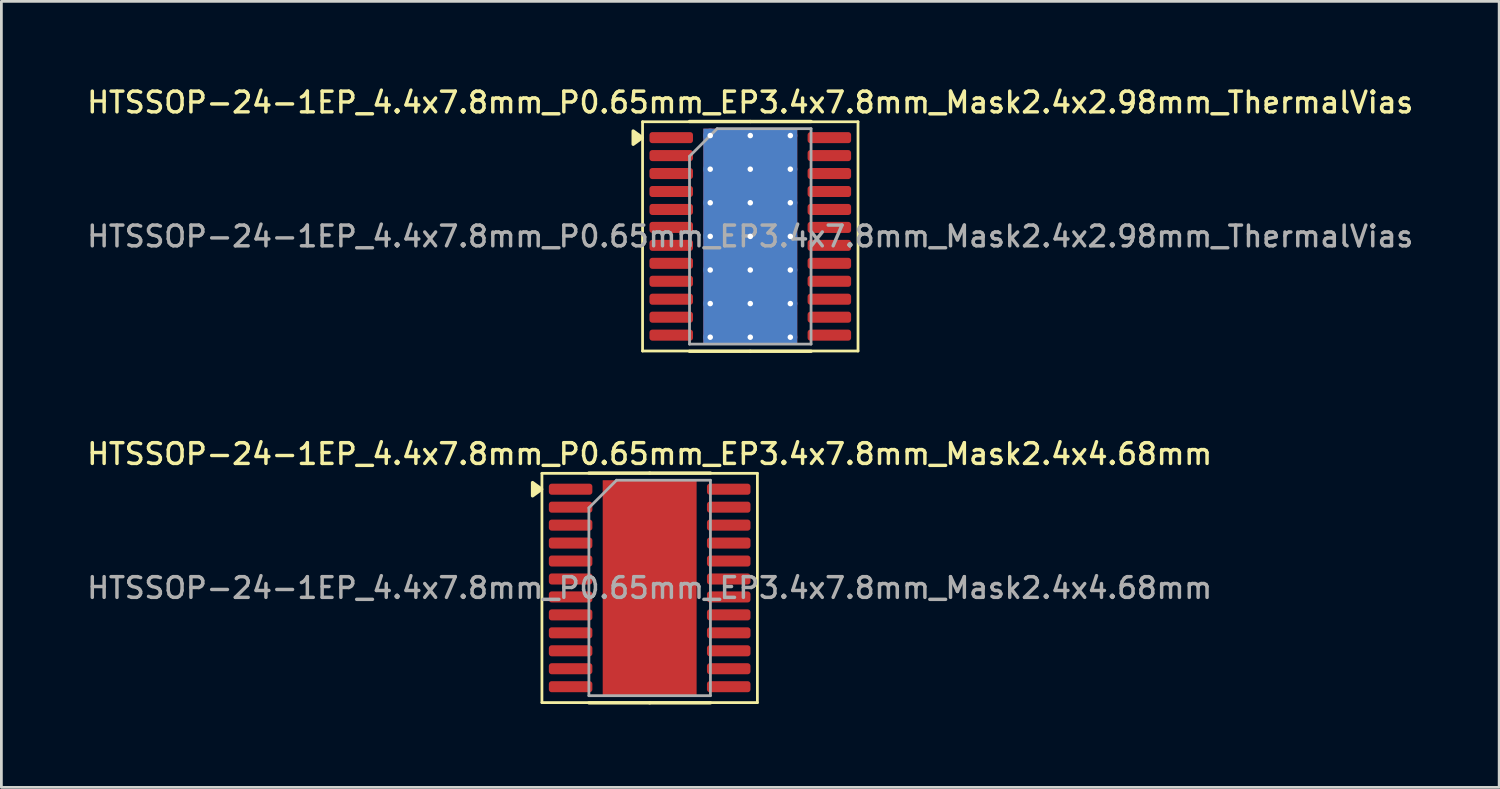
<source format=kicad_pcb>
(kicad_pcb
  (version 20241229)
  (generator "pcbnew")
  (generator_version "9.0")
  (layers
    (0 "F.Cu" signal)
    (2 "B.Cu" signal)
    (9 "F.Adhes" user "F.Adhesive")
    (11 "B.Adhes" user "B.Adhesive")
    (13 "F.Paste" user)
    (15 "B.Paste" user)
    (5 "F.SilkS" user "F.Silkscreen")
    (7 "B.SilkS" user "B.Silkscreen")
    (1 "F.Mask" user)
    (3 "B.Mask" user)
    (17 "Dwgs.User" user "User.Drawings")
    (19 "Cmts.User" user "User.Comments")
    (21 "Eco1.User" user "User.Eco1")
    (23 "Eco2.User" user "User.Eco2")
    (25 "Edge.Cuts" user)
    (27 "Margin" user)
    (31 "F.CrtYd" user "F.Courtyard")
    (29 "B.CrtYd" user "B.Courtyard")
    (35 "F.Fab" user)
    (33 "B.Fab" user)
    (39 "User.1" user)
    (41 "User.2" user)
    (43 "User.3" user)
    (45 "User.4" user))
  (footprint "HTSSOP-24-1EP_4.4x7.8mm_P0.65mm_EP3.4x7.8mm_Mask2.4x2.98mm_ThermalVias"
    (layer "F.Cu")
    (at 24.113 5.508)
    (property "Reference" "HTSSOP-24-1EP_4.4x7.8mm_P0.65mm_EP3.4x7.8mm_Mask2.4x2.98mm_ThermalVias" (at 0 -4.85 0) (layer "F.SilkS") (effects (font (size 0.75 0.75) (thickness 0.125))))
    (attr smd)
    (fp_line (start -3.9 -4.15) (end -3.9 4.15) (stroke (width 0.1) (type solid)) (layer "F.SilkS"))
    (fp_line (start -3.9 4.15) (end 3.9 4.15) (stroke (width 0.1) (type solid)) (layer "F.SilkS"))
    (fp_line (start 0 -4.16) (end -2.2 -4.16) (stroke (width 0.12) (type solid)) (layer "F.SilkS"))
    (fp_line (start 0 -4.16) (end 2.2 -4.16) (stroke (width 0.12) (type solid)) (layer "F.SilkS"))
    (fp_line (start 0 4.16) (end -2.2 4.16) (stroke (width 0.12) (type solid)) (layer "F.SilkS"))
    (fp_line (start 0 4.16) (end 2.2 4.16) (stroke (width 0.12) (type solid)) (layer "F.SilkS"))
    (fp_line (start 3.9 -4.15) (end -3.9 -4.15) (stroke (width 0.1) (type solid)) (layer "F.SilkS"))
    (fp_line (start 3.9 4.15) (end 3.9 -4.15) (stroke (width 0.1) (type solid)) (layer "F.SilkS"))
    (fp_poly (pts (xy -3.91 -3.575) (xy -4.24 -3.815) (xy -4.24 -3.335) (xy -3.91 -3.575)) (stroke (width 0.12) (type solid)) (fill yes) (layer "F.SilkS"))
    (fp_line (start -2.2 -2.9) (end -1.2 -3.9) (stroke (width 0.1) (type solid)) (layer "F.Fab"))
    (fp_line (start -2.2 3.9) (end -2.2 -2.9) (stroke (width 0.1) (type solid)) (layer "F.Fab"))
    (fp_line (start -1.2 -3.9) (end 2.2 -3.9) (stroke (width 0.1) (type solid)) (layer "F.Fab"))
    (fp_line (start 2.2 -3.9) (end 2.2 3.9) (stroke (width 0.1) (type solid)) (layer "F.Fab"))
    (fp_line (start 2.2 3.9) (end -2.2 3.9) (stroke (width 0.1) (type solid)) (layer "F.Fab"))
    (fp_text user "${REFERENCE}" (at 0 0 0) (layer "F.Fab") (effects (font (size 0.75 0.75) (thickness 0.125))))
    (pad "" smd roundrect (at 0 0) (size 1.93 2.4) (layers "F.Paste") (roundrect_rratio 0.13))
    (pad "" smd rect (at 0 0) (size 2.4 2.98) (layers "F.Mask"))
    (pad "1" smd roundrect (at -2.862 -3.575) (size 1.575 0.4) (layers "F.Cu" "F.Mask" "F.Paste") (roundrect_rratio 0.25))
    (pad "2" smd roundrect (at -2.862 -2.925) (size 1.575 0.4) (layers "F.Cu" "F.Mask" "F.Paste") (roundrect_rratio 0.25))
    (pad "3" smd roundrect (at -2.862 -2.275) (size 1.575 0.4) (layers "F.Cu" "F.Mask" "F.Paste") (roundrect_rratio 0.25))
    (pad "4" smd roundrect (at -2.862 -1.625) (size 1.575 0.4) (layers "F.Cu" "F.Mask" "F.Paste") (roundrect_rratio 0.25))
    (pad "5" smd roundrect (at -2.862 -0.975) (size 1.575 0.4) (layers "F.Cu" "F.Mask" "F.Paste") (roundrect_rratio 0.25))
    (pad "6" smd roundrect (at -2.862 -0.325) (size 1.575 0.4) (layers "F.Cu" "F.Mask" "F.Paste") (roundrect_rratio 0.25))
    (pad "7" smd roundrect (at -2.862 0.325) (size 1.575 0.4) (layers "F.Cu" "F.Mask" "F.Paste") (roundrect_rratio 0.25))
    (pad "8" smd roundrect (at -2.862 0.975) (size 1.575 0.4) (layers "F.Cu" "F.Mask" "F.Paste") (roundrect_rratio 0.25))
    (pad "9" smd roundrect (at -2.862 1.625) (size 1.575 0.4) (layers "F.Cu" "F.Mask" "F.Paste") (roundrect_rratio 0.25))
    (pad "10" smd roundrect (at -2.862 2.275) (size 1.575 0.4) (layers "F.Cu" "F.Mask" "F.Paste") (roundrect_rratio 0.25))
    (pad "11" smd roundrect (at -2.862 2.925) (size 1.575 0.4) (layers "F.Cu" "F.Mask" "F.Paste") (roundrect_rratio 0.25))
    (pad "12" smd roundrect (at -2.862 3.575) (size 1.575 0.4) (layers "F.Cu" "F.Mask" "F.Paste") (roundrect_rratio 0.25))
    (pad "13" smd roundrect (at 2.862 3.575) (size 1.575 0.4) (layers "F.Cu" "F.Mask" "F.Paste") (roundrect_rratio 0.25))
    (pad "14" smd roundrect (at 2.862 2.925) (size 1.575 0.4) (layers "F.Cu" "F.Mask" "F.Paste") (roundrect_rratio 0.25))
    (pad "15" smd roundrect (at 2.862 2.275) (size 1.575 0.4) (layers "F.Cu" "F.Mask" "F.Paste") (roundrect_rratio 0.25))
    (pad "16" smd roundrect (at 2.862 1.625) (size 1.575 0.4) (layers "F.Cu" "F.Mask" "F.Paste") (roundrect_rratio 0.25))
    (pad "17" smd roundrect (at 2.862 0.975) (size 1.575 0.4) (layers "F.Cu" "F.Mask" "F.Paste") (roundrect_rratio 0.25))
    (pad "18" smd roundrect (at 2.862 0.325) (size 1.575 0.4) (layers "F.Cu" "F.Mask" "F.Paste") (roundrect_rratio 0.25))
    (pad "19" smd roundrect (at 2.862 -0.325) (size 1.575 0.4) (layers "F.Cu" "F.Mask" "F.Paste") (roundrect_rratio 0.25))
    (pad "20" smd roundrect (at 2.862 -0.975) (size 1.575 0.4) (layers "F.Cu" "F.Mask" "F.Paste") (roundrect_rratio 0.25))
    (pad "21" smd roundrect (at 2.862 -1.625) (size 1.575 0.4) (layers "F.Cu" "F.Mask" "F.Paste") (roundrect_rratio 0.25))
    (pad "22" smd roundrect (at 2.862 -2.275) (size 1.575 0.4) (layers "F.Cu" "F.Mask" "F.Paste") (roundrect_rratio 0.25))
    (pad "23" smd roundrect (at 2.862 -2.925) (size 1.575 0.4) (layers "F.Cu" "F.Mask" "F.Paste") (roundrect_rratio 0.25))
    (pad "24" smd roundrect (at 2.862 -3.575) (size 1.575 0.4) (layers "F.Cu" "F.Mask" "F.Paste") (roundrect_rratio 0.25))
    (pad "25" thru_hole circle (at -1.45 -3.65) (size 0.5 0.5) (drill 0.2) (property pad_prop_heatsink) (layers "*.Cu"))
    (pad "25" thru_hole circle (at -1.45 -2.433) (size 0.5 0.5) (drill 0.2) (property pad_prop_heatsink) (layers "*.Cu"))
    (pad "25" thru_hole circle (at -1.45 -1.217) (size 0.5 0.5) (drill 0.2) (property pad_prop_heatsink) (layers "*.Cu"))
    (pad "25" thru_hole circle (at -1.45 0) (size 0.5 0.5) (drill 0.2) (property pad_prop_heatsink) (layers "*.Cu"))
    (pad "25" thru_hole circle (at -1.45 1.217) (size 0.5 0.5) (drill 0.2) (property pad_prop_heatsink) (layers "*.Cu"))
    (pad "25" thru_hole circle (at -1.45 2.433) (size 0.5 0.5) (drill 0.2) (property pad_prop_heatsink) (layers "*.Cu"))
    (pad "25" thru_hole circle (at -1.45 3.65) (size 0.5 0.5) (drill 0.2) (property pad_prop_heatsink) (layers "*.Cu"))
    (pad "25" thru_hole circle (at 0 -3.65) (size 0.5 0.5) (drill 0.2) (property pad_prop_heatsink) (layers "*.Cu"))
    (pad "25" thru_hole circle (at 0 -2.433) (size 0.5 0.5) (drill 0.2) (property pad_prop_heatsink) (layers "*.Cu"))
    (pad "25" thru_hole circle (at 0 -1.217) (size 0.5 0.5) (drill 0.2) (property pad_prop_heatsink) (layers "*.Cu"))
    (pad "25" thru_hole circle (at 0 0) (size 0.5 0.5) (drill 0.2) (property pad_prop_heatsink) (layers "*.Cu"))
    (pad "25" smd rect (at 0 0) (size 3.4 7.8) (property pad_prop_heatsink) (layers "F.Cu"))
    (pad "25" smd rect (at 0 0) (size 3.4 7.8) (property pad_prop_heatsink) (layers "B.Cu"))
    (pad "25" thru_hole circle (at 0 1.217) (size 0.5 0.5) (drill 0.2) (property pad_prop_heatsink) (layers "*.Cu"))
    (pad "25" thru_hole circle (at 0 2.433) (size 0.5 0.5) (drill 0.2) (property pad_prop_heatsink) (layers "*.Cu"))
    (pad "25" thru_hole circle (at 0 3.65) (size 0.5 0.5) (drill 0.2) (property pad_prop_heatsink) (layers "*.Cu"))
    (pad "25" thru_hole circle (at 1.45 -3.65) (size 0.5 0.5) (drill 0.2) (property pad_prop_heatsink) (layers "*.Cu"))
    (pad "25" thru_hole circle (at 1.45 -2.433) (size 0.5 0.5) (drill 0.2) (property pad_prop_heatsink) (layers "*.Cu"))
    (pad "25" thru_hole circle (at 1.45 -1.217) (size 0.5 0.5) (drill 0.2) (property pad_prop_heatsink) (layers "*.Cu"))
    (pad "25" thru_hole circle (at 1.45 0) (size 0.5 0.5) (drill 0.2) (property pad_prop_heatsink) (layers "*.Cu"))
    (pad "25" thru_hole circle (at 1.45 1.217) (size 0.5 0.5) (drill 0.2) (property pad_prop_heatsink) (layers "*.Cu"))
    (pad "25" thru_hole circle (at 1.45 2.433) (size 0.5 0.5) (drill 0.2) (property pad_prop_heatsink) (layers "*.Cu"))
    (pad "25" thru_hole circle (at 1.45 3.65) (size 0.5 0.5) (drill 0.2) (property pad_prop_heatsink) (layers "*.Cu")))
  (footprint "HTSSOP-24-1EP_4.4x7.8mm_P0.65mm_EP3.4x7.8mm_Mask2.4x4.68mm"
    (layer "F.Cu")
    (at 20.47 18.236)
    (property "Reference" "HTSSOP-24-1EP_4.4x7.8mm_P0.65mm_EP3.4x7.8mm_Mask2.4x4.68mm" (at 0 -4.85 0) (layer "F.SilkS") (effects (font (size 0.75 0.75) (thickness 0.125))))
    (attr smd)
    (fp_line (start -3.9 -4.15) (end -3.9 4.15) (stroke (width 0.1) (type solid)) (layer "F.SilkS"))
    (fp_line (start -3.9 4.15) (end 3.9 4.15) (stroke (width 0.1) (type solid)) (layer "F.SilkS"))
    (fp_line (start 0 -4.16) (end -2.2 -4.16) (stroke (width 0.12) (type solid)) (layer "F.SilkS"))
    (fp_line (start 0 -4.16) (end 2.2 -4.16) (stroke (width 0.12) (type solid)) (layer "F.SilkS"))
    (fp_line (start 0 4.16) (end -2.2 4.16) (stroke (width 0.12) (type solid)) (layer "F.SilkS"))
    (fp_line (start 0 4.16) (end 2.2 4.16) (stroke (width 0.12) (type solid)) (layer "F.SilkS"))
    (fp_line (start 3.9 -4.15) (end -3.9 -4.15) (stroke (width 0.1) (type solid)) (layer "F.SilkS"))
    (fp_line (start 3.9 4.15) (end 3.9 -4.15) (stroke (width 0.1) (type solid)) (layer "F.SilkS"))
    (fp_poly (pts (xy -3.91 -3.575) (xy -4.24 -3.815) (xy -4.24 -3.335) (xy -3.91 -3.575)) (stroke (width 0.12) (type solid)) (fill yes) (layer "F.SilkS"))
    (fp_line (start -2.2 -2.9) (end -1.2 -3.9) (stroke (width 0.1) (type solid)) (layer "F.Fab"))
    (fp_line (start -2.2 3.9) (end -2.2 -2.9) (stroke (width 0.1) (type solid)) (layer "F.Fab"))
    (fp_line (start -1.2 -3.9) (end 2.2 -3.9) (stroke (width 0.1) (type solid)) (layer "F.Fab"))
    (fp_line (start 2.2 -3.9) (end 2.2 3.9) (stroke (width 0.1) (type solid)) (layer "F.Fab"))
    (fp_line (start 2.2 3.9) (end -2.2 3.9) (stroke (width 0.1) (type solid)) (layer "F.Fab"))
    (fp_text user "${REFERENCE}" (at 0 0 0) (layer "F.Fab") (effects (font (size 0.75 0.75) (thickness 0.125))))
    (pad "" smd roundrect (at 0 -1.17) (size 1.93 1.89) (layers "F.Paste") (roundrect_rratio 0.132))
    (pad "" smd rect (at 0 0) (size 2.4 4.68) (layers "F.Mask"))
    (pad "" smd roundrect (at 0 1.17) (size 1.93 1.89) (layers "F.Paste") (roundrect_rratio 0.132))
    (pad "1" smd roundrect (at -2.862 -3.575) (size 1.575 0.4) (layers "F.Cu" "F.Mask" "F.Paste") (roundrect_rratio 0.25))
    (pad "2" smd roundrect (at -2.862 -2.925) (size 1.575 0.4) (layers "F.Cu" "F.Mask" "F.Paste") (roundrect_rratio 0.25))
    (pad "3" smd roundrect (at -2.862 -2.275) (size 1.575 0.4) (layers "F.Cu" "F.Mask" "F.Paste") (roundrect_rratio 0.25))
    (pad "4" smd roundrect (at -2.862 -1.625) (size 1.575 0.4) (layers "F.Cu" "F.Mask" "F.Paste") (roundrect_rratio 0.25))
    (pad "5" smd roundrect (at -2.862 -0.975) (size 1.575 0.4) (layers "F.Cu" "F.Mask" "F.Paste") (roundrect_rratio 0.25))
    (pad "6" smd roundrect (at -2.862 -0.325) (size 1.575 0.4) (layers "F.Cu" "F.Mask" "F.Paste") (roundrect_rratio 0.25))
    (pad "7" smd roundrect (at -2.862 0.325) (size 1.575 0.4) (layers "F.Cu" "F.Mask" "F.Paste") (roundrect_rratio 0.25))
    (pad "8" smd roundrect (at -2.862 0.975) (size 1.575 0.4) (layers "F.Cu" "F.Mask" "F.Paste") (roundrect_rratio 0.25))
    (pad "9" smd roundrect (at -2.862 1.625) (size 1.575 0.4) (layers "F.Cu" "F.Mask" "F.Paste") (roundrect_rratio 0.25))
    (pad "10" smd roundrect (at -2.862 2.275) (size 1.575 0.4) (layers "F.Cu" "F.Mask" "F.Paste") (roundrect_rratio 0.25))
    (pad "11" smd roundrect (at -2.862 2.925) (size 1.575 0.4) (layers "F.Cu" "F.Mask" "F.Paste") (roundrect_rratio 0.25))
    (pad "12" smd roundrect (at -2.862 3.575) (size 1.575 0.4) (layers "F.Cu" "F.Mask" "F.Paste") (roundrect_rratio 0.25))
    (pad "13" smd roundrect (at 2.862 3.575) (size 1.575 0.4) (layers "F.Cu" "F.Mask" "F.Paste") (roundrect_rratio 0.25))
    (pad "14" smd roundrect (at 2.862 2.925) (size 1.575 0.4) (layers "F.Cu" "F.Mask" "F.Paste") (roundrect_rratio 0.25))
    (pad "15" smd roundrect (at 2.862 2.275) (size 1.575 0.4) (layers "F.Cu" "F.Mask" "F.Paste") (roundrect_rratio 0.25))
    (pad "16" smd roundrect (at 2.862 1.625) (size 1.575 0.4) (layers "F.Cu" "F.Mask" "F.Paste") (roundrect_rratio 0.25))
    (pad "17" smd roundrect (at 2.862 0.975) (size 1.575 0.4) (layers "F.Cu" "F.Mask" "F.Paste") (roundrect_rratio 0.25))
    (pad "18" smd roundrect (at 2.862 0.325) (size 1.575 0.4) (layers "F.Cu" "F.Mask" "F.Paste") (roundrect_rratio 0.25))
    (pad "19" smd roundrect (at 2.862 -0.325) (size 1.575 0.4) (layers "F.Cu" "F.Mask" "F.Paste") (roundrect_rratio 0.25))
    (pad "20" smd roundrect (at 2.862 -0.975) (size 1.575 0.4) (layers "F.Cu" "F.Mask" "F.Paste") (roundrect_rratio 0.25))
    (pad "21" smd roundrect (at 2.862 -1.625) (size 1.575 0.4) (layers "F.Cu" "F.Mask" "F.Paste") (roundrect_rratio 0.25))
    (pad "22" smd roundrect (at 2.862 -2.275) (size 1.575 0.4) (layers "F.Cu" "F.Mask" "F.Paste") (roundrect_rratio 0.25))
    (pad "23" smd roundrect (at 2.862 -2.925) (size 1.575 0.4) (layers "F.Cu" "F.Mask" "F.Paste") (roundrect_rratio 0.25))
    (pad "24" smd roundrect (at 2.862 -3.575) (size 1.575 0.4) (layers "F.Cu" "F.Mask" "F.Paste") (roundrect_rratio 0.25))
    (pad "25" smd rect (at 0 0) (size 3.4 7.8) (property pad_prop_heatsink) (layers "F.Cu")))
  (gr_rect
    (start -3 -3)
    (end 51.225 25.456)
    (stroke (width 0.1) (type default))
    (fill no)
    (layer "Edge.Cuts")))
</source>
